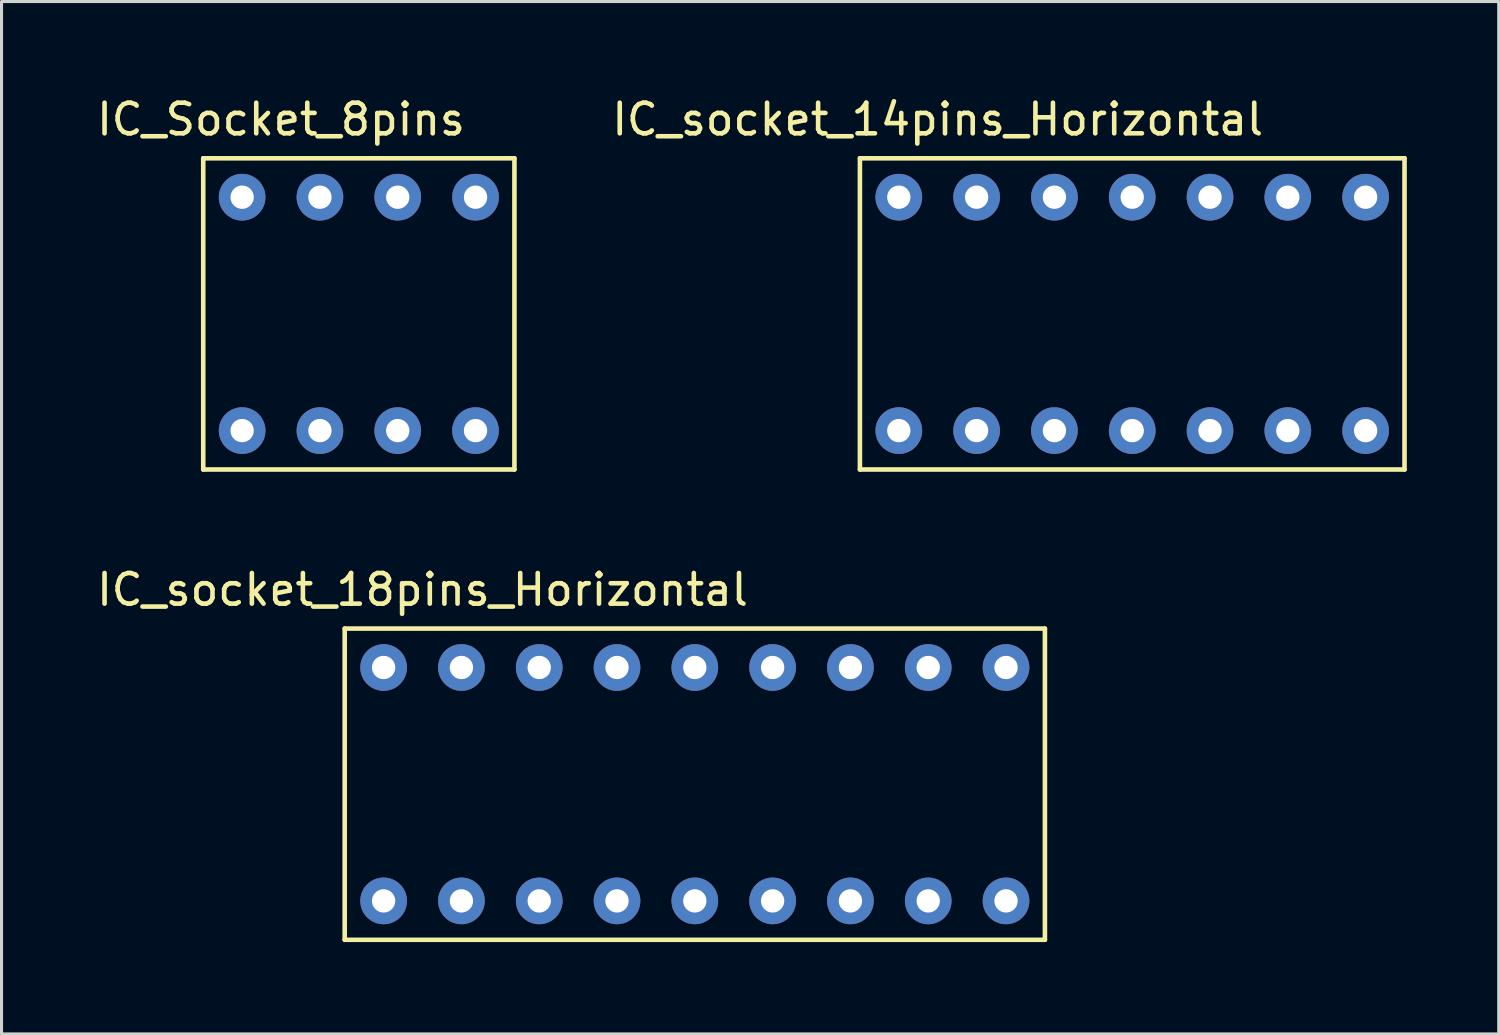
<source format=kicad_pcb>
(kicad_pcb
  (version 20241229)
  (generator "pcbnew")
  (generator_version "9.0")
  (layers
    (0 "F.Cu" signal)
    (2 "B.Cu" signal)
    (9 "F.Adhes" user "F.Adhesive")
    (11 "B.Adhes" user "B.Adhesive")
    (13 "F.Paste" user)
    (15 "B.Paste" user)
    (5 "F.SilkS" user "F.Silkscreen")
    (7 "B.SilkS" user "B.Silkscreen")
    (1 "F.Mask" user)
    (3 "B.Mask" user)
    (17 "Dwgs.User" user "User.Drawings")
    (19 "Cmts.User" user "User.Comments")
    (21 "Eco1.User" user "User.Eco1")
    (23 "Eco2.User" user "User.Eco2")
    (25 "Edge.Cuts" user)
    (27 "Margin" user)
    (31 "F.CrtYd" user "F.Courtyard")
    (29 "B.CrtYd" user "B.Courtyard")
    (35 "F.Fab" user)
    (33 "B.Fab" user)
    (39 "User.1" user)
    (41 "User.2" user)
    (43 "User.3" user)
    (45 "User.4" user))
  (footprint "IC_socket_18pins_Horizontal"
    (layer "F.Cu")
    (at 19.634 22.552)
    (property "Reference" "IC_socket_18pins_Horizontal" (at -8.89 -6.35 0) (layer "F.SilkS") (effects (font (size 1 1) (thickness 0.15))))
    (attr through_hole)
    (fp_line (start -11.43 -5.08) (end -11.43 5.08) (stroke (width 0.15) (type solid)) (layer "F.SilkS"))
    (fp_line (start -11.43 5.08) (end 11.43 5.08) (stroke (width 0.15) (type solid)) (layer "F.SilkS"))
    (fp_line (start 11.43 -5.08) (end -11.43 -5.08) (stroke (width 0.15) (type solid)) (layer "F.SilkS"))
    (fp_line (start 11.43 5.08) (end 11.43 -5.08) (stroke (width 0.15) (type solid)) (layer "F.SilkS"))
    (pad "1" thru_hole circle (at 10.16 -3.81) (size 1.524 1.524) (drill 0.762) (layers "*.Cu" "*.Mask"))
    (pad "2" thru_hole circle (at 7.62 -3.81) (size 1.524 1.524) (drill 0.762) (layers "*.Cu" "*.Mask"))
    (pad "3" thru_hole circle (at 5.08 -3.81) (size 1.524 1.524) (drill 0.762) (layers "*.Cu" "*.Mask"))
    (pad "4" thru_hole circle (at 2.54 -3.81) (size 1.524 1.524) (drill 0.762) (layers "*.Cu" "*.Mask"))
    (pad "5" thru_hole circle (at 0 -3.81) (size 1.524 1.524) (drill 0.762) (layers "*.Cu" "*.Mask"))
    (pad "6" thru_hole circle (at -2.54 -3.81) (size 1.524 1.524) (drill 0.762) (layers "*.Cu" "*.Mask"))
    (pad "7" thru_hole circle (at -5.08 -3.81) (size 1.524 1.524) (drill 0.762) (layers "*.Cu" "*.Mask"))
    (pad "8" thru_hole circle (at -7.62 -3.81) (size 1.524 1.524) (drill 0.762) (layers "*.Cu" "*.Mask"))
    (pad "9" thru_hole circle (at -10.16 -3.81) (size 1.524 1.524) (drill 0.762) (layers "*.Cu" "*.Mask"))
    (pad "10" thru_hole circle (at -10.16 3.81) (size 1.524 1.524) (drill 0.762) (layers "*.Cu" "*.Mask"))
    (pad "11" thru_hole circle (at -7.62 3.81) (size 1.524 1.524) (drill 0.762) (layers "*.Cu" "*.Mask"))
    (pad "12" thru_hole circle (at -5.08 3.81) (size 1.524 1.524) (drill 0.762) (layers "*.Cu" "*.Mask"))
    (pad "13" thru_hole circle (at -2.54 3.81) (size 1.524 1.524) (drill 0.762) (layers "*.Cu" "*.Mask"))
    (pad "14" thru_hole circle (at 0 3.81) (size 1.524 1.524) (drill 0.762) (layers "*.Cu" "*.Mask"))
    (pad "15" thru_hole circle (at 2.54 3.81) (size 1.524 1.524) (drill 0.762) (layers "*.Cu" "*.Mask"))
    (pad "16" thru_hole circle (at 5.08 3.81) (size 1.524 1.524) (drill 0.762) (layers "*.Cu" "*.Mask"))
    (pad "17" thru_hole circle (at 7.62 3.81) (size 1.524 1.524) (drill 0.762) (layers "*.Cu" "*.Mask"))
    (pad "18" thru_hole circle (at 10.16 3.81) (size 1.524 1.524) (drill 0.762) (layers "*.Cu" "*.Mask")))
  (footprint "IC_Socket_8pins"
    (layer "F.Cu")
    (at 8.665 7.198)
    (property "Reference" "IC_Socket_8pins" (at -2.54 -6.35 0) (layer "F.SilkS") (effects (font (size 1 1) (thickness 0.15))))
    (attr through_hole)
    (fp_line (start -5.08 -5.08) (end -5.08 5.08) (stroke (width 0.15) (type solid)) (layer "F.SilkS"))
    (fp_line (start -5.08 5.08) (end 5.08 5.08) (stroke (width 0.15) (type solid)) (layer "F.SilkS"))
    (fp_line (start 5.08 -5.08) (end -5.08 -5.08) (stroke (width 0.15) (type solid)) (layer "F.SilkS"))
    (fp_line (start 5.08 5.08) (end 5.08 -5.08) (stroke (width 0.15) (type solid)) (layer "F.SilkS"))
    (pad "1" thru_hole circle (at 3.81 -3.81) (size 1.524 1.524) (drill 0.762) (layers "*.Cu" "*.Mask"))
    (pad "2" thru_hole circle (at 1.27 -3.81) (size 1.524 1.524) (drill 0.762) (layers "*.Cu" "*.Mask"))
    (pad "3" thru_hole circle (at -1.27 -3.81) (size 1.524 1.524) (drill 0.762) (layers "*.Cu" "*.Mask"))
    (pad "4" thru_hole circle (at -3.81 -3.81) (size 1.524 1.524) (drill 0.762) (layers "*.Cu" "*.Mask"))
    (pad "5" thru_hole circle (at -3.81 3.81) (size 1.524 1.524) (drill 0.762) (layers "*.Cu" "*.Mask"))
    (pad "6" thru_hole circle (at -1.27 3.81) (size 1.524 1.524) (drill 0.762) (layers "*.Cu" "*.Mask"))
    (pad "7" thru_hole circle (at 1.27 3.81) (size 1.524 1.524) (drill 0.762) (layers "*.Cu" "*.Mask"))
    (pad "8" thru_hole circle (at 3.81 3.81) (size 1.524 1.524) (drill 0.762) (layers "*.Cu" "*.Mask")))
  (footprint "IC_socket_14pins_Horizontal"
    (layer "F.Cu")
    (at 33.914 7.198)
    (property "Reference" "IC_socket_14pins_Horizontal" (at -6.35 -6.35 0) (layer "F.SilkS") (effects (font (size 1 1) (thickness 0.15))))
    (attr through_hole)
    (fp_line (start -8.89 -5.08) (end -8.89 5.08) (stroke (width 0.15) (type solid)) (layer "F.SilkS"))
    (fp_line (start 8.89 -5.08) (end -8.89 -5.08) (stroke (width 0.15) (type solid)) (layer "F.SilkS"))
    (fp_line (start 8.89 5.08) (end -8.89 5.08) (stroke (width 0.15) (type solid)) (layer "F.SilkS"))
    (fp_line (start 8.89 5.08) (end 8.89 -5.08) (stroke (width 0.15) (type solid)) (layer "F.SilkS"))
    (pad "1" thru_hole circle (at 7.62 -3.81) (size 1.524 1.524) (drill 0.762) (layers "*.Cu" "*.Mask"))
    (pad "2" thru_hole circle (at 5.08 -3.81) (size 1.524 1.524) (drill 0.762) (layers "*.Cu" "*.Mask"))
    (pad "3" thru_hole circle (at 2.54 -3.81) (size 1.524 1.524) (drill 0.762) (layers "*.Cu" "*.Mask"))
    (pad "4" thru_hole circle (at 0 -3.81) (size 1.524 1.524) (drill 0.762) (layers "*.Cu" "*.Mask"))
    (pad "5" thru_hole circle (at -2.54 -3.81) (size 1.524 1.524) (drill 0.762) (layers "*.Cu" "*.Mask"))
    (pad "6" thru_hole circle (at -5.08 -3.81) (size 1.524 1.524) (drill 0.762) (layers "*.Cu" "*.Mask"))
    (pad "7" thru_hole circle (at -7.62 -3.81) (size 1.524 1.524) (drill 0.762) (layers "*.Cu" "*.Mask"))
    (pad "8" thru_hole circle (at -7.62 3.81) (size 1.524 1.524) (drill 0.762) (layers "*.Cu" "*.Mask"))
    (pad "9" thru_hole circle (at -5.08 3.81) (size 1.524 1.524) (drill 0.762) (layers "*.Cu" "*.Mask"))
    (pad "10" thru_hole circle (at -2.54 3.81) (size 1.524 1.524) (drill 0.762) (layers "*.Cu" "*.Mask"))
    (pad "11" thru_hole circle (at 0 3.81) (size 1.524 1.524) (drill 0.762) (layers "*.Cu" "*.Mask"))
    (pad "12" thru_hole circle (at 2.54 3.81) (size 1.524 1.524) (drill 0.762) (layers "*.Cu" "*.Mask"))
    (pad "13" thru_hole circle (at 5.08 3.81) (size 1.524 1.524) (drill 0.762) (layers "*.Cu" "*.Mask"))
    (pad "14" thru_hole circle (at 7.62 3.81) (size 1.524 1.524) (drill 0.762) (layers "*.Cu" "*.Mask")))
  (gr_rect
    (start -3 -3)
    (end 45.879 30.706)
    (stroke (width 0.1) (type default))
    (fill no)
    (layer "Edge.Cuts")))
</source>
